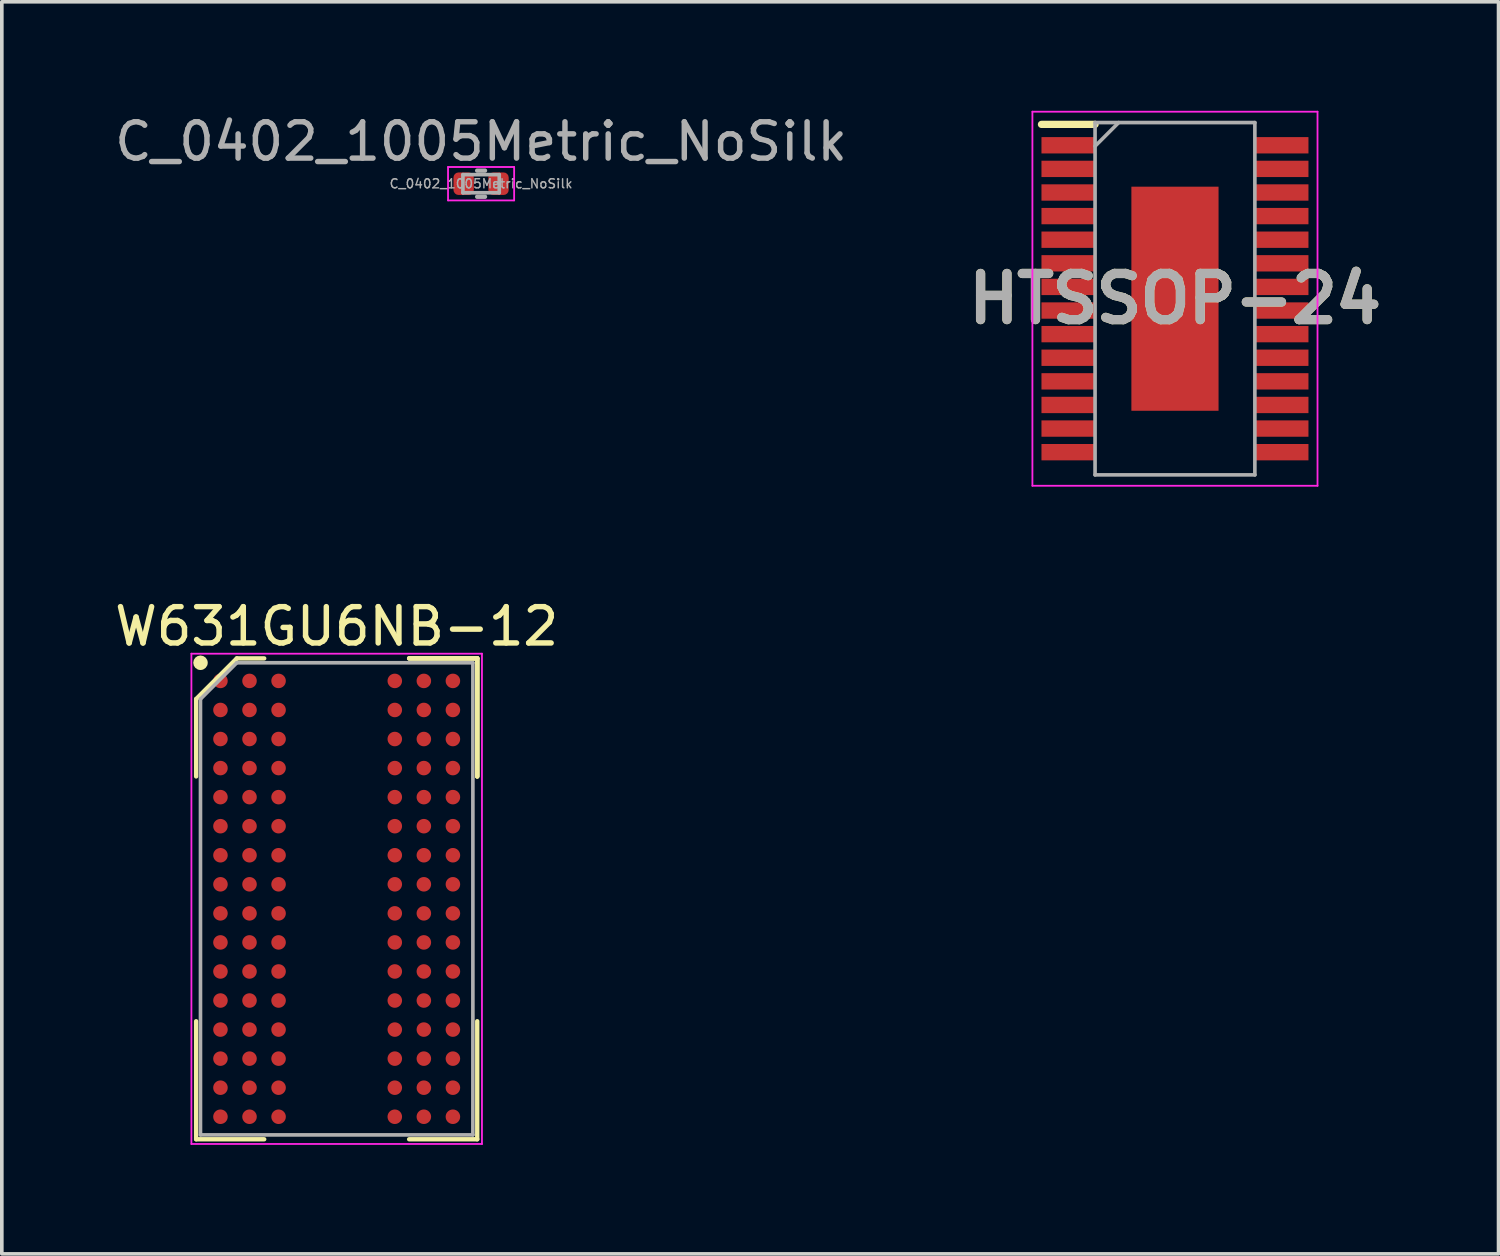
<source format=kicad_pcb>
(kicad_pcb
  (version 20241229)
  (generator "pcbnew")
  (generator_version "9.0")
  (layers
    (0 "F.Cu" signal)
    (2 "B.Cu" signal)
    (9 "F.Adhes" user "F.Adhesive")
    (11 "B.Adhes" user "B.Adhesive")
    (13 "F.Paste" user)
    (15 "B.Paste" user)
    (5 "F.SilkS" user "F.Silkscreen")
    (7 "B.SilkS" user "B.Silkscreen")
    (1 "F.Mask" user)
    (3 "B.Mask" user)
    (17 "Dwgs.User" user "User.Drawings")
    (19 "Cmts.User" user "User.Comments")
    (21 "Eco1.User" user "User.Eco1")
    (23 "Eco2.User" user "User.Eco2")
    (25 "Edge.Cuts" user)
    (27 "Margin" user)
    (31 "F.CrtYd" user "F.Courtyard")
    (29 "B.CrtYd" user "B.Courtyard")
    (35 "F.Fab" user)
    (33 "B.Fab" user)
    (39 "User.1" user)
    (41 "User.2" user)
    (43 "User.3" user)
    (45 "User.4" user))
  (footprint "HTSSOP-24"
    (layer "F.Cu")
    (at 29.301 5.175)
    (property "Reference" "HTSSOP-24" (at 0 0 0) (layer "F.SilkS") (effects (font (size 1.27 1.27) (thickness 0.254))))
    (attr smd)
    (fp_line (start -3.675 -4.8) (end -2.2 -4.8) (stroke (width 0.2) (type solid)) (layer "F.SilkS"))
    (fp_line (start -3.925 -5.15) (end 3.925 -5.15) (stroke (width 0.05) (type solid)) (layer "F.CrtYd"))
    (fp_line (start -3.925 5.15) (end -3.925 -5.15) (stroke (width 0.05) (type solid)) (layer "F.CrtYd"))
    (fp_line (start 3.925 -5.15) (end 3.925 5.15) (stroke (width 0.05) (type solid)) (layer "F.CrtYd"))
    (fp_line (start 3.925 5.15) (end -3.925 5.15) (stroke (width 0.05) (type solid)) (layer "F.CrtYd"))
    (fp_line (start -2.2 -4.85) (end 2.2 -4.85) (stroke (width 0.1) (type solid)) (layer "F.Fab"))
    (fp_line (start -2.2 -4.2) (end -1.55 -4.85) (stroke (width 0.1) (type solid)) (layer "F.Fab"))
    (fp_line (start -2.2 4.85) (end -2.2 -4.85) (stroke (width 0.1) (type solid)) (layer "F.Fab"))
    (fp_line (start 2.2 -4.85) (end 2.2 4.85) (stroke (width 0.1) (type solid)) (layer "F.Fab"))
    (fp_line (start 2.2 4.85) (end -2.2 4.85) (stroke (width 0.1) (type solid)) (layer "F.Fab"))
    (fp_text user "${REFERENCE}" (at 0 0 0) (layer "F.Fab") (effects (font (size 1.27 1.27) (thickness 0.254))))
    (pad "1" smd rect (at -2.938 -4.225 90) (size 0.45 1.475) (layers "F.Cu" "F.Mask" "F.Paste"))
    (pad "2" smd rect (at -2.938 -3.575 90) (size 0.45 1.475) (layers "F.Cu" "F.Mask" "F.Paste"))
    (pad "3" smd rect (at -2.938 -2.925 90) (size 0.45 1.475) (layers "F.Cu" "F.Mask" "F.Paste"))
    (pad "4" smd rect (at -2.938 -2.275 90) (size 0.45 1.475) (layers "F.Cu" "F.Mask" "F.Paste"))
    (pad "5" smd rect (at -2.938 -1.625 90) (size 0.45 1.475) (layers "F.Cu" "F.Mask" "F.Paste"))
    (pad "6" smd rect (at -2.938 -0.975 90) (size 0.45 1.475) (layers "F.Cu" "F.Mask" "F.Paste"))
    (pad "7" smd rect (at -2.938 -0.325 90) (size 0.45 1.475) (layers "F.Cu" "F.Mask" "F.Paste"))
    (pad "8" smd rect (at -2.938 0.325 90) (size 0.45 1.475) (layers "F.Cu" "F.Mask" "F.Paste"))
    (pad "9" smd rect (at -2.938 0.975 90) (size 0.45 1.475) (layers "F.Cu" "F.Mask" "F.Paste"))
    (pad "10" smd rect (at -2.938 1.625 90) (size 0.45 1.475) (layers "F.Cu" "F.Mask" "F.Paste"))
    (pad "11" smd rect (at -2.938 2.275 90) (size 0.45 1.475) (layers "F.Cu" "F.Mask" "F.Paste"))
    (pad "12" smd rect (at -2.938 2.925 90) (size 0.45 1.475) (layers "F.Cu" "F.Mask" "F.Paste"))
    (pad "13" smd rect (at -2.938 3.575 90) (size 0.45 1.475) (layers "F.Cu" "F.Mask" "F.Paste"))
    (pad "14" smd rect (at -2.938 4.225 90) (size 0.45 1.475) (layers "F.Cu" "F.Mask" "F.Paste"))
    (pad "15" smd rect (at 2.938 4.225 90) (size 0.45 1.475) (layers "F.Cu" "F.Mask" "F.Paste"))
    (pad "16" smd rect (at 2.938 3.575 90) (size 0.45 1.475) (layers "F.Cu" "F.Mask" "F.Paste"))
    (pad "17" smd rect (at 2.938 2.925 90) (size 0.45 1.475) (layers "F.Cu" "F.Mask" "F.Paste"))
    (pad "18" smd rect (at 2.938 2.275 90) (size 0.45 1.475) (layers "F.Cu" "F.Mask" "F.Paste"))
    (pad "19" smd rect (at 2.938 1.625 90) (size 0.45 1.475) (layers "F.Cu" "F.Mask" "F.Paste"))
    (pad "20" smd rect (at 2.938 0.975 90) (size 0.45 1.475) (layers "F.Cu" "F.Mask" "F.Paste"))
    (pad "21" smd rect (at 2.938 0.325 90) (size 0.45 1.475) (layers "F.Cu" "F.Mask" "F.Paste"))
    (pad "22" smd rect (at 2.938 -0.325 90) (size 0.45 1.475) (layers "F.Cu" "F.Mask" "F.Paste"))
    (pad "23" smd rect (at 2.938 -0.975 90) (size 0.45 1.475) (layers "F.Cu" "F.Mask" "F.Paste"))
    (pad "24" smd rect (at 2.938 -1.625 90) (size 0.45 1.475) (layers "F.Cu" "F.Mask" "F.Paste"))
    (pad "25" smd rect (at 2.938 -2.275 90) (size 0.45 1.475) (layers "F.Cu" "F.Mask" "F.Paste"))
    (pad "26" smd rect (at 2.938 -2.925 90) (size 0.45 1.475) (layers "F.Cu" "F.Mask" "F.Paste"))
    (pad "27" smd rect (at 2.938 -3.575 90) (size 0.45 1.475) (layers "F.Cu" "F.Mask" "F.Paste"))
    (pad "28" smd rect (at 2.938 -4.225 90) (size 0.45 1.475) (layers "F.Cu" "F.Mask" "F.Paste"))
    (pad "29" smd rect (at 0 0) (size 2.4 6.17) (layers "F.Cu" "F.Mask" "F.Paste")))
  (footprint "W631GU6NB-12"
    (layer "F.Cu")
    (at 6.22 21.698)
    (property "Reference" "W631GU6NB-12" (at 0 -7.5 0) (layer "F.SilkS") (effects (font (size 1 1) (thickness 0.15))))
    (attr smd)
    (fp_line (start -3.87 -5.5) (end -3.87 -3.37) (stroke (width 0.12) (type solid)) (layer "F.SilkS"))
    (fp_line (start -3.87 6.62) (end -3.87 3.37) (stroke (width 0.12) (type solid)) (layer "F.SilkS"))
    (fp_line (start -2.75 -6.62) (end -3.87 -5.5) (stroke (width 0.12) (type solid)) (layer "F.SilkS"))
    (fp_line (start -1.995 -6.62) (end -2.75 -6.62) (stroke (width 0.12) (type solid)) (layer "F.SilkS"))
    (fp_line (start -1.995 6.62) (end -3.87 6.62) (stroke (width 0.12) (type solid)) (layer "F.SilkS"))
    (fp_line (start 1.995 -6.62) (end 3.87 -6.62) (stroke (width 0.12) (type solid)) (layer "F.SilkS"))
    (fp_line (start 1.995 -6.62) (end 3.87 -6.62) (stroke (width 0.12) (type solid)) (layer "F.SilkS"))
    (fp_line (start 1.995 -6.62) (end 3.87 -6.62) (stroke (width 0.12) (type solid)) (layer "F.SilkS"))
    (fp_line (start 1.995 6.62) (end 3.87 6.62) (stroke (width 0.12) (type solid)) (layer "F.SilkS"))
    (fp_line (start 3.87 -6.62) (end 3.87 -3.37) (stroke (width 0.12) (type solid)) (layer "F.SilkS"))
    (fp_line (start 3.87 -6.62) (end 3.87 -3.37) (stroke (width 0.12) (type solid)) (layer "F.SilkS"))
    (fp_line (start 3.87 -6.62) (end 3.87 -3.37) (stroke (width 0.12) (type solid)) (layer "F.SilkS"))
    (fp_line (start 3.87 6.62) (end 3.87 3.37) (stroke (width 0.12) (type solid)) (layer "F.SilkS"))
    (fp_circle (center -3.75 -6.5) (end -3.75 -6.4) (stroke (width 0.2) (type solid)) (fill no) (layer "F.SilkS"))
    (fp_line (start -4 -6.75) (end 4 -6.75) (stroke (width 0.05) (type solid)) (layer "F.CrtYd"))
    (fp_line (start -4 6.75) (end -4 -6.75) (stroke (width 0.05) (type solid)) (layer "F.CrtYd"))
    (fp_line (start 4 -6.75) (end 4 6.75) (stroke (width 0.05) (type solid)) (layer "F.CrtYd"))
    (fp_line (start 4 6.75) (end -4 6.75) (stroke (width 0.05) (type solid)) (layer "F.CrtYd"))
    (fp_line (start -3.75 -5.5) (end -3.75 6.5) (stroke (width 0.1) (type solid)) (layer "F.Fab"))
    (fp_line (start -3.75 6.5) (end 3.75 6.5) (stroke (width 0.1) (type solid)) (layer "F.Fab"))
    (fp_line (start -2.75 -6.5) (end -3.75 -5.5) (stroke (width 0.1) (type solid)) (layer "F.Fab"))
    (fp_line (start 3.75 -6.5) (end -2.75 -6.5) (stroke (width 0.1) (type solid)) (layer "F.Fab"))
    (fp_line (start 3.75 6.5) (end 3.75 -6.5) (stroke (width 0.1) (type solid)) (layer "F.Fab"))
    (pad "A1" smd circle (at -3.2 -6) (size 0.4 0.4) (layers "F.Cu" "F.Mask" "F.Paste"))
    (pad "A2" smd circle (at -2.4 -6) (size 0.4 0.4) (layers "F.Cu" "F.Mask" "F.Paste"))
    (pad "A3" smd circle (at -1.6 -6) (size 0.4 0.4) (layers "F.Cu" "F.Mask" "F.Paste"))
    (pad "A7" smd circle (at 1.6 -6) (size 0.4 0.4) (layers "F.Cu" "F.Mask" "F.Paste"))
    (pad "A8" smd circle (at 2.4 -6) (size 0.4 0.4) (layers "F.Cu" "F.Mask" "F.Paste"))
    (pad "A9" smd circle (at 3.2 -6) (size 0.4 0.4) (layers "F.Cu" "F.Mask" "F.Paste"))
    (pad "B1" smd circle (at -3.2 -5.2) (size 0.4 0.4) (layers "F.Cu" "F.Mask" "F.Paste"))
    (pad "B2" smd circle (at -2.4 -5.2) (size 0.4 0.4) (layers "F.Cu" "F.Mask" "F.Paste"))
    (pad "B3" smd circle (at -1.6 -5.2) (size 0.4 0.4) (layers "F.Cu" "F.Mask" "F.Paste"))
    (pad "B7" smd circle (at 1.6 -5.2) (size 0.4 0.4) (layers "F.Cu" "F.Mask" "F.Paste"))
    (pad "B8" smd circle (at 2.4 -5.2) (size 0.4 0.4) (layers "F.Cu" "F.Mask" "F.Paste"))
    (pad "B9" smd circle (at 3.2 -5.2) (size 0.4 0.4) (layers "F.Cu" "F.Mask" "F.Paste"))
    (pad "C1" smd circle (at -3.2 -4.4) (size 0.4 0.4) (layers "F.Cu" "F.Mask" "F.Paste"))
    (pad "C2" smd circle (at -2.4 -4.4) (size 0.4 0.4) (layers "F.Cu" "F.Mask" "F.Paste"))
    (pad "C3" smd circle (at -1.6 -4.4) (size 0.4 0.4) (layers "F.Cu" "F.Mask" "F.Paste"))
    (pad "C7" smd circle (at 1.6 -4.4) (size 0.4 0.4) (layers "F.Cu" "F.Mask" "F.Paste"))
    (pad "C8" smd circle (at 2.4 -4.4) (size 0.4 0.4) (layers "F.Cu" "F.Mask" "F.Paste"))
    (pad "C9" smd circle (at 3.2 -4.4) (size 0.4 0.4) (layers "F.Cu" "F.Mask" "F.Paste"))
    (pad "D1" smd circle (at -3.2 -3.6) (size 0.4 0.4) (layers "F.Cu" "F.Mask" "F.Paste"))
    (pad "D2" smd circle (at -2.4 -3.6) (size 0.4 0.4) (layers "F.Cu" "F.Mask" "F.Paste"))
    (pad "D3" smd circle (at -1.6 -3.6) (size 0.4 0.4) (layers "F.Cu" "F.Mask" "F.Paste"))
    (pad "D7" smd circle (at 1.6 -3.6) (size 0.4 0.4) (layers "F.Cu" "F.Mask" "F.Paste"))
    (pad "D8" smd circle (at 2.4 -3.6) (size 0.4 0.4) (layers "F.Cu" "F.Mask" "F.Paste"))
    (pad "D9" smd circle (at 3.2 -3.6) (size 0.4 0.4) (layers "F.Cu" "F.Mask" "F.Paste"))
    (pad "E1" smd circle (at -3.2 -2.8) (size 0.4 0.4) (layers "F.Cu" "F.Mask" "F.Paste"))
    (pad "E2" smd circle (at -2.4 -2.8) (size 0.4 0.4) (layers "F.Cu" "F.Mask" "F.Paste"))
    (pad "E3" smd circle (at -1.6 -2.8) (size 0.4 0.4) (layers "F.Cu" "F.Mask" "F.Paste"))
    (pad "E7" smd circle (at 1.6 -2.8) (size 0.4 0.4) (layers "F.Cu" "F.Mask" "F.Paste"))
    (pad "E8" smd circle (at 2.4 -2.8) (size 0.4 0.4) (layers "F.Cu" "F.Mask" "F.Paste"))
    (pad "E9" smd circle (at 3.2 -2.8) (size 0.4 0.4) (layers "F.Cu" "F.Mask" "F.Paste"))
    (pad "F1" smd circle (at -3.2 -2) (size 0.4 0.4) (layers "F.Cu" "F.Mask" "F.Paste"))
    (pad "F2" smd circle (at -2.4 -2) (size 0.4 0.4) (layers "F.Cu" "F.Mask" "F.Paste"))
    (pad "F3" smd circle (at -1.6 -2) (size 0.4 0.4) (layers "F.Cu" "F.Mask" "F.Paste"))
    (pad "F7" smd circle (at 1.6 -2) (size 0.4 0.4) (layers "F.Cu" "F.Mask" "F.Paste"))
    (pad "F8" smd circle (at 2.4 -2) (size 0.4 0.4) (layers "F.Cu" "F.Mask" "F.Paste"))
    (pad "F9" smd circle (at 3.2 -2) (size 0.4 0.4) (layers "F.Cu" "F.Mask" "F.Paste"))
    (pad "G1" smd circle (at -3.2 -1.2) (size 0.4 0.4) (layers "F.Cu" "F.Mask" "F.Paste"))
    (pad "G2" smd circle (at -2.4 -1.2) (size 0.4 0.4) (layers "F.Cu" "F.Mask" "F.Paste"))
    (pad "G3" smd circle (at -1.6 -1.2) (size 0.4 0.4) (layers "F.Cu" "F.Mask" "F.Paste"))
    (pad "G7" smd circle (at 1.6 -1.2) (size 0.4 0.4) (layers "F.Cu" "F.Mask" "F.Paste"))
    (pad "G8" smd circle (at 2.4 -1.2) (size 0.4 0.4) (layers "F.Cu" "F.Mask" "F.Paste"))
    (pad "G9" smd circle (at 3.2 -1.2) (size 0.4 0.4) (layers "F.Cu" "F.Mask" "F.Paste"))
    (pad "H1" smd circle (at -3.2 -0.4) (size 0.4 0.4) (layers "F.Cu" "F.Mask" "F.Paste"))
    (pad "H2" smd circle (at -2.4 -0.4) (size 0.4 0.4) (layers "F.Cu" "F.Mask" "F.Paste"))
    (pad "H3" smd circle (at -1.6 -0.4) (size 0.4 0.4) (layers "F.Cu" "F.Mask" "F.Paste"))
    (pad "H7" smd circle (at 1.6 -0.4) (size 0.4 0.4) (layers "F.Cu" "F.Mask" "F.Paste"))
    (pad "H8" smd circle (at 2.4 -0.4) (size 0.4 0.4) (layers "F.Cu" "F.Mask" "F.Paste"))
    (pad "H9" smd circle (at 3.2 -0.4) (size 0.4 0.4) (layers "F.Cu" "F.Mask" "F.Paste"))
    (pad "J1" smd circle (at -3.2 0.4) (size 0.4 0.4) (layers "F.Cu" "F.Mask" "F.Paste"))
    (pad "J2" smd circle (at -2.4 0.4) (size 0.4 0.4) (layers "F.Cu" "F.Mask" "F.Paste"))
    (pad "J3" smd circle (at -1.6 0.4) (size 0.4 0.4) (layers "F.Cu" "F.Mask" "F.Paste"))
    (pad "J7" smd circle (at 1.6 0.4) (size 0.4 0.4) (layers "F.Cu" "F.Mask" "F.Paste"))
    (pad "J8" smd circle (at 2.4 0.4) (size 0.4 0.4) (layers "F.Cu" "F.Mask" "F.Paste"))
    (pad "J9" smd circle (at 3.2 0.4) (size 0.4 0.4) (layers "F.Cu" "F.Mask" "F.Paste"))
    (pad "K1" smd circle (at -3.2 1.2) (size 0.4 0.4) (layers "F.Cu" "F.Mask" "F.Paste"))
    (pad "K2" smd circle (at -2.4 1.2) (size 0.4 0.4) (layers "F.Cu" "F.Mask" "F.Paste"))
    (pad "K3" smd circle (at -1.6 1.2) (size 0.4 0.4) (layers "F.Cu" "F.Mask" "F.Paste"))
    (pad "K7" smd circle (at 1.6 1.2) (size 0.4 0.4) (layers "F.Cu" "F.Mask" "F.Paste"))
    (pad "K8" smd circle (at 2.4 1.2) (size 0.4 0.4) (layers "F.Cu" "F.Mask" "F.Paste"))
    (pad "K9" smd circle (at 3.2 1.2) (size 0.4 0.4) (layers "F.Cu" "F.Mask" "F.Paste"))
    (pad "L1" smd circle (at -3.2 2) (size 0.4 0.4) (layers "F.Cu" "F.Mask" "F.Paste"))
    (pad "L2" smd circle (at -2.4 2) (size 0.4 0.4) (layers "F.Cu" "F.Mask" "F.Paste"))
    (pad "L3" smd circle (at -1.6 2) (size 0.4 0.4) (layers "F.Cu" "F.Mask" "F.Paste"))
    (pad "L7" smd circle (at 1.6 2) (size 0.4 0.4) (layers "F.Cu" "F.Mask" "F.Paste"))
    (pad "L8" smd circle (at 2.4 2) (size 0.4 0.4) (layers "F.Cu" "F.Mask" "F.Paste"))
    (pad "L9" smd circle (at 3.2 2) (size 0.4 0.4) (layers "F.Cu" "F.Mask" "F.Paste"))
    (pad "M1" smd circle (at -3.2 2.8) (size 0.4 0.4) (layers "F.Cu" "F.Mask" "F.Paste"))
    (pad "M2" smd circle (at -2.4 2.8) (size 0.4 0.4) (layers "F.Cu" "F.Mask" "F.Paste"))
    (pad "M3" smd circle (at -1.6 2.8) (size 0.4 0.4) (layers "F.Cu" "F.Mask" "F.Paste"))
    (pad "M7" smd circle (at 1.6 2.8) (size 0.4 0.4) (layers "F.Cu" "F.Mask" "F.Paste"))
    (pad "M8" smd circle (at 2.4 2.8) (size 0.4 0.4) (layers "F.Cu" "F.Mask" "F.Paste"))
    (pad "M9" smd circle (at 3.2 2.8) (size 0.4 0.4) (layers "F.Cu" "F.Mask" "F.Paste"))
    (pad "N1" smd circle (at -3.2 3.6) (size 0.4 0.4) (layers "F.Cu" "F.Mask" "F.Paste"))
    (pad "N2" smd circle (at -2.4 3.6) (size 0.4 0.4) (layers "F.Cu" "F.Mask" "F.Paste"))
    (pad "N3" smd circle (at -1.6 3.6) (size 0.4 0.4) (layers "F.Cu" "F.Mask" "F.Paste"))
    (pad "N7" smd circle (at 1.6 3.6) (size 0.4 0.4) (layers "F.Cu" "F.Mask" "F.Paste"))
    (pad "N8" smd circle (at 2.4 3.6) (size 0.4 0.4) (layers "F.Cu" "F.Mask" "F.Paste"))
    (pad "N9" smd circle (at 3.2 3.6) (size 0.4 0.4) (layers "F.Cu" "F.Mask" "F.Paste"))
    (pad "P1" smd circle (at -3.2 4.4) (size 0.4 0.4) (layers "F.Cu" "F.Mask" "F.Paste"))
    (pad "P2" smd circle (at -2.4 4.4) (size 0.4 0.4) (layers "F.Cu" "F.Mask" "F.Paste"))
    (pad "P3" smd circle (at -1.6 4.4) (size 0.4 0.4) (layers "F.Cu" "F.Mask" "F.Paste"))
    (pad "P7" smd circle (at 1.6 4.4) (size 0.4 0.4) (layers "F.Cu" "F.Mask" "F.Paste"))
    (pad "P8" smd circle (at 2.4 4.4) (size 0.4 0.4) (layers "F.Cu" "F.Mask" "F.Paste"))
    (pad "P9" smd circle (at 3.2 4.4) (size 0.4 0.4) (layers "F.Cu" "F.Mask" "F.Paste"))
    (pad "R1" smd circle (at -3.2 5.2) (size 0.4 0.4) (layers "F.Cu" "F.Mask" "F.Paste"))
    (pad "R2" smd circle (at -2.4 5.2) (size 0.4 0.4) (layers "F.Cu" "F.Mask" "F.Paste"))
    (pad "R3" smd circle (at -1.6 5.2) (size 0.4 0.4) (layers "F.Cu" "F.Mask" "F.Paste"))
    (pad "R7" smd circle (at 1.6 5.2) (size 0.4 0.4) (layers "F.Cu" "F.Mask" "F.Paste"))
    (pad "R8" smd circle (at 2.4 5.2) (size 0.4 0.4) (layers "F.Cu" "F.Mask" "F.Paste"))
    (pad "R9" smd circle (at 3.2 5.2) (size 0.4 0.4) (layers "F.Cu" "F.Mask" "F.Paste"))
    (pad "T1" smd circle (at -3.2 6) (size 0.4 0.4) (layers "F.Cu" "F.Mask" "F.Paste"))
    (pad "T2" smd circle (at -2.4 6) (size 0.4 0.4) (layers "F.Cu" "F.Mask" "F.Paste"))
    (pad "T3" smd circle (at -1.6 6) (size 0.4 0.4) (layers "F.Cu" "F.Mask" "F.Paste"))
    (pad "T7" smd circle (at 1.6 6) (size 0.4 0.4) (layers "F.Cu" "F.Mask" "F.Paste"))
    (pad "T8" smd circle (at 2.4 6) (size 0.4 0.4) (layers "F.Cu" "F.Mask" "F.Paste"))
    (pad "T9" smd circle (at 3.2 6) (size 0.4 0.4) (layers "F.Cu" "F.Mask" "F.Paste")))
  (footprint "C_0402_1005Metric_NoSilk"
    (layer "F.Cu")
    (at 10.196 2.008)
    (property "Reference" "C_0402_1005Metric_NoSilk" (at 0 -1.16 0) (layer "F.Fab") (effects (font (size 1 1) (thickness 0.15))))
    (attr smd)
    (fp_line (start -0.91 -0.46) (end 0.91 -0.46) (stroke (width 0.05) (type solid)) (layer "F.CrtYd"))
    (fp_line (start -0.91 0.46) (end -0.91 -0.46) (stroke (width 0.05) (type solid)) (layer "F.CrtYd"))
    (fp_line (start 0.91 -0.46) (end 0.91 0.46) (stroke (width 0.05) (type solid)) (layer "F.CrtYd"))
    (fp_line (start 0.91 0.46) (end -0.91 0.46) (stroke (width 0.05) (type solid)) (layer "F.CrtYd"))
    (fp_line (start -0.5 -0.25) (end 0.5 -0.25) (stroke (width 0.1) (type solid)) (layer "F.Fab"))
    (fp_line (start -0.5 0.25) (end -0.5 -0.25) (stroke (width 0.1) (type solid)) (layer "F.Fab"))
    (fp_line (start -0.108 -0.36) (end 0.108 -0.36) (stroke (width 0.12) (type solid)) (layer "F.Fab"))
    (fp_line (start -0.108 0.36) (end 0.108 0.36) (stroke (width 0.12) (type solid)) (layer "F.Fab"))
    (fp_line (start 0.5 -0.25) (end 0.5 0.25) (stroke (width 0.1) (type solid)) (layer "F.Fab"))
    (fp_line (start 0.5 0.25) (end -0.5 0.25) (stroke (width 0.1) (type solid)) (layer "F.Fab"))
    (fp_text user "${REFERENCE}" (at 0 0 0) (layer "F.Fab") (effects (font (size 0.25 0.25) (thickness 0.04))))
    (pad "1" smd roundrect (at -0.48 0) (size 0.56 0.62) (layers "F.Cu" "F.Mask" "F.Paste") (roundrect_rratio 0.25))
    (pad "2" smd roundrect (at 0.48 0) (size 0.56 0.62) (layers "F.Cu" "F.Mask" "F.Paste") (roundrect_rratio 0.25)))
  (gr_rect
    (start -3 -3)
    (end 38.21 31.473)
    (stroke (width 0.1) (type default))
    (fill no)
    (layer "Edge.Cuts")))
</source>
